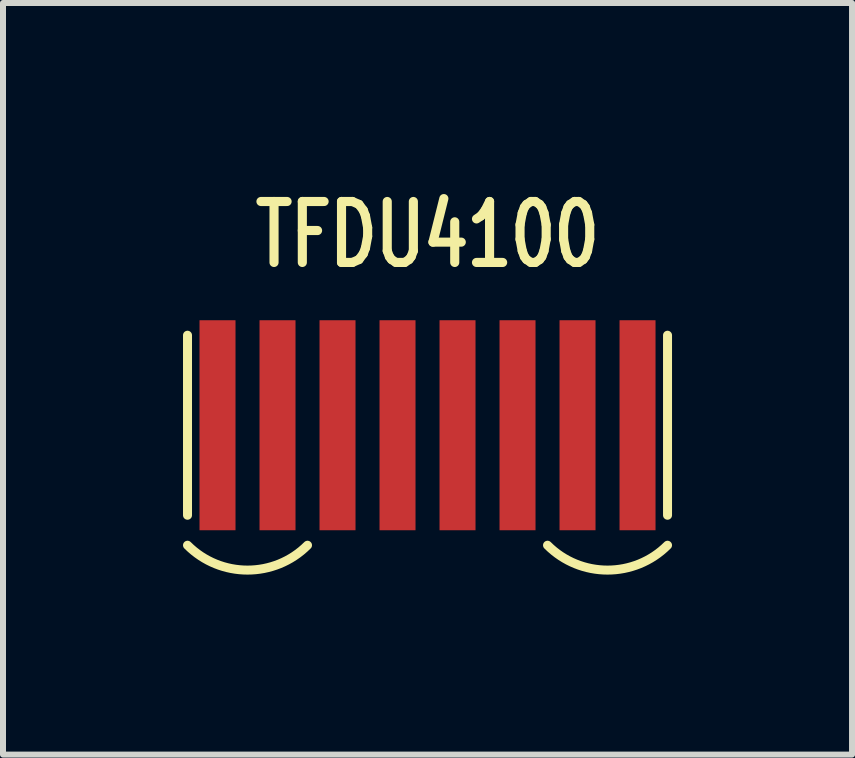
<source format=kicad_pcb>
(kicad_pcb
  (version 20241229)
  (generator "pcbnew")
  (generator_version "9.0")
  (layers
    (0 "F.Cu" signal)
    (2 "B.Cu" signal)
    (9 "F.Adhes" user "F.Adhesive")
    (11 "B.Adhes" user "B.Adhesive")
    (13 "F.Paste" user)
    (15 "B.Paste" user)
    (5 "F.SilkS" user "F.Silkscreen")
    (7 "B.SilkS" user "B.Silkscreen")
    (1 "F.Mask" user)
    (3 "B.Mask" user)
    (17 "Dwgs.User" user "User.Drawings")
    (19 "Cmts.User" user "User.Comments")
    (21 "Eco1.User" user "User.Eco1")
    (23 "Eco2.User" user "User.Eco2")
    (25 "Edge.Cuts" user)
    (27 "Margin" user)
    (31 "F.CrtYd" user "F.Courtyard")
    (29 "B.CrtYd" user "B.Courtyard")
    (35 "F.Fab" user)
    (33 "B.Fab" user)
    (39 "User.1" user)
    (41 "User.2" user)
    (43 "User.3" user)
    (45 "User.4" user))
  (footprint "TFDU4100"
    (layer "F.Cu")
    (at 4.075 4.037)
    (property "Reference" "TFDU4100" (at 0 -3.175 0) (layer "F.SilkS") (effects (font (size 1.016 0.762) (thickness 0.152))))
    (attr through_hole)
    (fp_line (start -4 -1.5) (end -4 1.5) (stroke (width 0.15) (type solid)) (layer "F.SilkS"))
    (fp_line (start 4 -1.5) (end 4 1.5) (stroke (width 0.15) (type solid)) (layer "F.SilkS"))
    (fp_arc (start -2 2) (mid -3 2.414214) (end -4 2) (stroke (width 0.15) (type solid)) (layer "F.SilkS"))
    (fp_arc (start 4 2) (mid 3 2.414214) (end 2 2) (stroke (width 0.15) (type solid)) (layer "F.SilkS"))
    (pad "1" smd rect (at -3.5 0) (size 0.6 3.5) (layers "F.Cu" "F.Mask" "F.Paste"))
    (pad "2" smd rect (at -2.5 0) (size 0.6 3.5) (layers "F.Cu" "F.Mask" "F.Paste"))
    (pad "3" smd rect (at -1.5 0) (size 0.6 3.5) (layers "F.Cu" "F.Mask" "F.Paste"))
    (pad "4" smd rect (at -0.5 0) (size 0.6 3.5) (layers "F.Cu" "F.Mask" "F.Paste"))
    (pad "5" smd rect (at 0.5 0) (size 0.6 3.5) (layers "F.Cu" "F.Mask" "F.Paste"))
    (pad "6" smd rect (at 1.5 0) (size 0.6 3.5) (layers "F.Cu" "F.Mask" "F.Paste"))
    (pad "7" smd rect (at 2.5 0) (size 0.6 3.5) (layers "F.Cu" "F.Mask" "F.Paste"))
    (pad "8" smd rect (at 3.5 0) (size 0.6 3.5) (layers "F.Cu" "F.Mask" "F.Paste")))
  (gr_rect
    (start -3 -3)
    (end 11.15 9.526)
    (stroke (width 0.1) (type default))
    (fill no)
    (layer "Edge.Cuts")))
</source>
